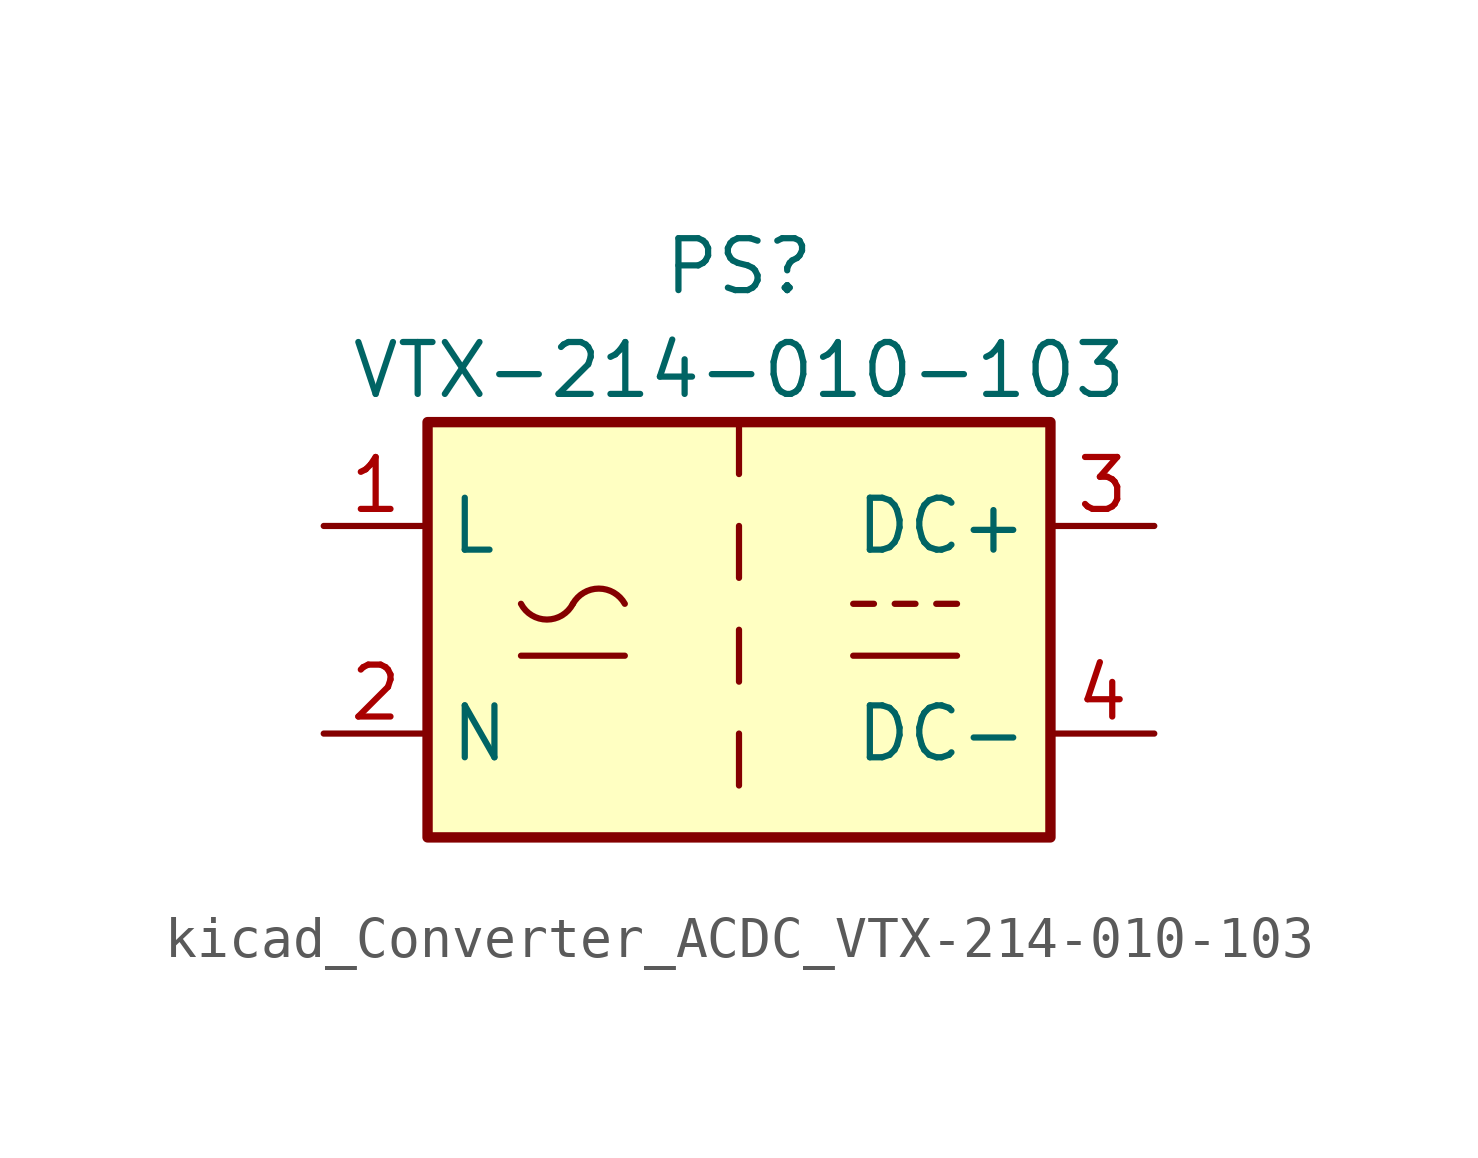
<source format=kicad_sym>
(kicad_symbol_lib
  (version 20220914)
  (generator kicad_symbol_editor)
  (symbol "kicad_Converter_ACDC_VTX-214-010-103"
    (property "Reference" "PS"
      (at 0 8.89 0)
      (effects (font (size 1.27 1.27))))
    (property "Value" "VTX-214-010-103"
      (at 0 6.35 0)
      (effects (font (size 1.27 1.27))))
    (symbol "kicad_Converter_ACDC_VTX-214-010-103_0_1"
      (rectangle (start -7.62 5.08) (end 7.62 -5.08) (stroke (width 0.254) (type default)) (fill (type background)))
      (arc (start -5.334 0.635) (mid -4.699 0.2495) (end -4.064 0.635) (stroke (width 0) (type default)) (fill (type none)))
      (arc (start -2.794 0.635) (mid -3.429 1.0072) (end -4.064 0.635) (stroke (width 0) (type default)) (fill (type none)))
      (polyline (pts (xy -5.334 -0.635) (xy -2.794 -0.635)) (stroke (width 0) (type default)) (fill (type none)))
      (polyline (pts (xy 2.794 -0.635) (xy 5.334 -0.635)) (stroke (width 0) (type default)) (fill (type none)))
      (polyline (pts (xy 2.794 0.635) (xy 3.302 0.635)) (stroke (width 0) (type default)) (fill (type none)))
      (polyline (pts (xy 3.81 0.635) (xy 4.318 0.635)) (stroke (width 0) (type default)) (fill (type none)))
      (polyline (pts (xy 4.826 0.635) (xy 5.334 0.635)) (stroke (width 0) (type default)) (fill (type none))))
    (symbol "kicad_Converter_ACDC_VTX-214-010-103_1_1"
      (polyline (pts (xy 0 -2.54) (xy 0 -3.81)) (stroke (width 0) (type default)) (fill (type none)))
      (polyline (pts (xy 0 0) (xy 0 -1.27)) (stroke (width 0) (type default)) (fill (type none)))
      (polyline (pts (xy 0 2.54) (xy 0 1.27)) (stroke (width 0) (type default)) (fill (type none)))
      (polyline (pts (xy 0 5.08) (xy 0 3.81)) (stroke (width 0) (type default)) (fill (type none)))
      (pin power_in line (at -10.16 2.54 0) (length 2.54) (name "L" (effects (font (size 1.27 1.27)))) (number "1" (effects (font (size 1.27 1.27)))))
      (pin power_in line (at -10.16 -2.54 0) (length 2.54) (name "N" (effects (font (size 1.27 1.27)))) (number "2" (effects (font (size 1.27 1.27)))))
      (pin power_out line (at 10.16 2.54 180) (length 2.54) (name "DC+" (effects (font (size 1.27 1.27)))) (number "3" (effects (font (size 1.27 1.27)))))
      (pin power_out line (at 10.16 -2.54 180) (length 2.54) (name "DC-" (effects (font (size 1.27 1.27)))) (number "4" (effects (font (size 1.27 1.27))))))))
</source>
